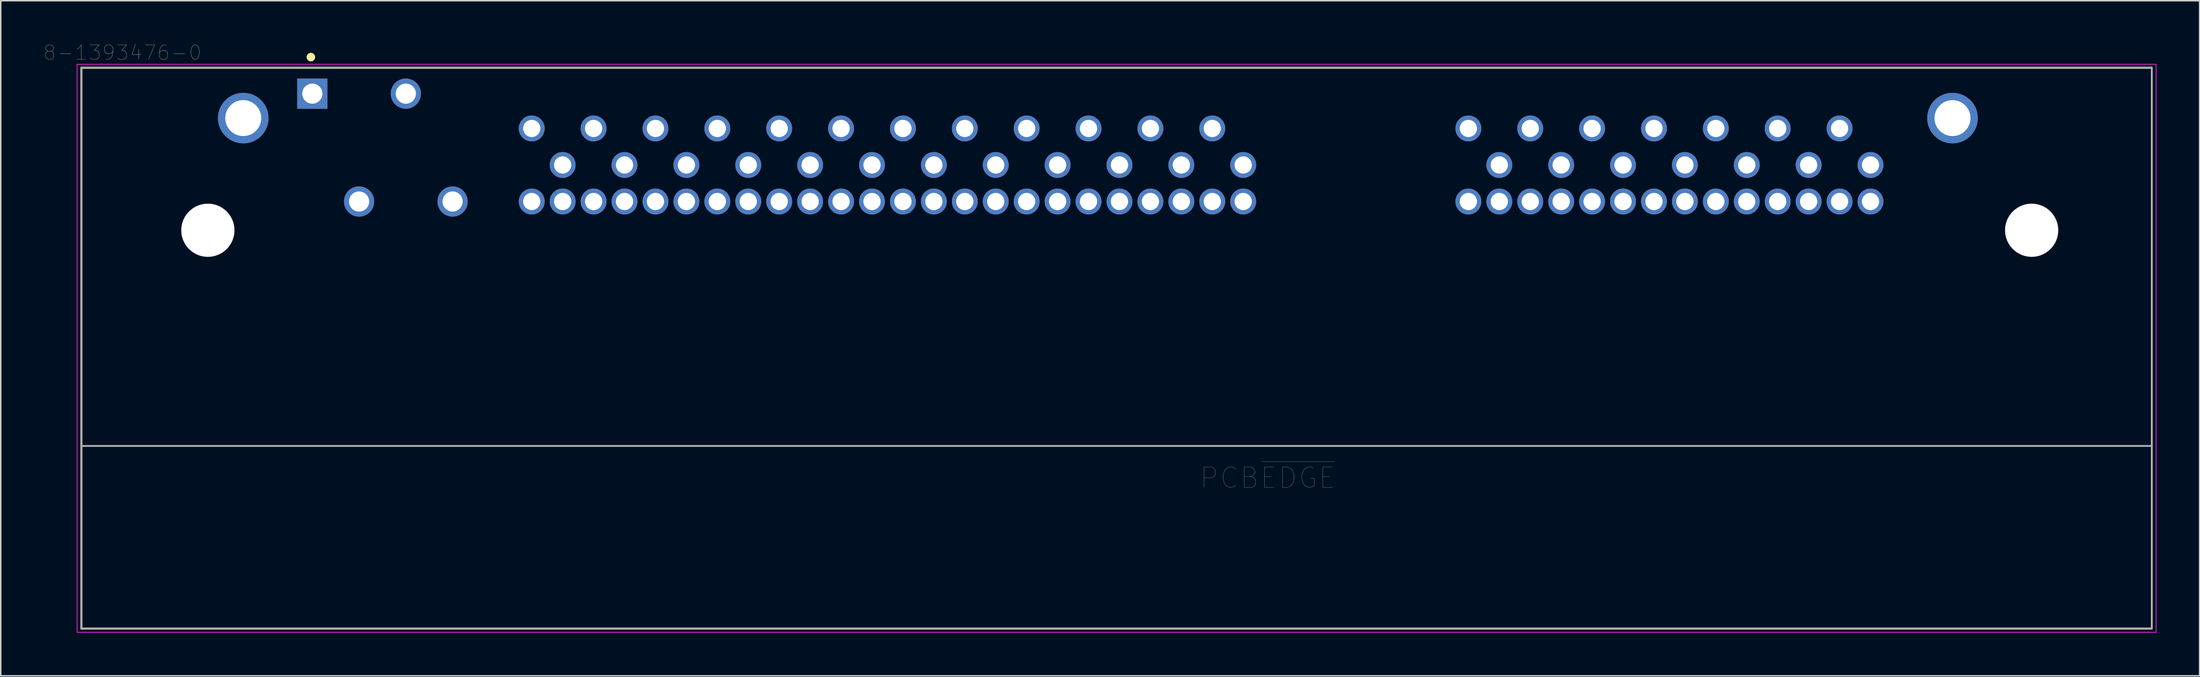
<source format=kicad_pcb>
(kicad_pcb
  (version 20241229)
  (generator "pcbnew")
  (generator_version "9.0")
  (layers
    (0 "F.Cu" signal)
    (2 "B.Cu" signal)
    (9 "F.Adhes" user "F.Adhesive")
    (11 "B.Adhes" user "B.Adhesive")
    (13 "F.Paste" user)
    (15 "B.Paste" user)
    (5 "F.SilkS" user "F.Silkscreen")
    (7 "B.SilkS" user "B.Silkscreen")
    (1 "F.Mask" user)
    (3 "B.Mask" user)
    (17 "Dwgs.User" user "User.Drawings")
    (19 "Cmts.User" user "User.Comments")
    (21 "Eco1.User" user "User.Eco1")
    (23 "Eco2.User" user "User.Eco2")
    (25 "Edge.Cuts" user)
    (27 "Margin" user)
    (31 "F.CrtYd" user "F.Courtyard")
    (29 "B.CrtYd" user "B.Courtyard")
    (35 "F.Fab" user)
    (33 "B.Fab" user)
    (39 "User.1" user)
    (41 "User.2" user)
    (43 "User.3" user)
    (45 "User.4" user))
  (footprint "8-1393476-0"
    (layer "F.Cu")
    (at 74.557 8.423)
    (property "Reference" "8-1393476-0" (at -69.1 -7.81 0) (layer "F.SilkS") (effects (font (size 1.002 1.002) (thickness 0.015))))
    (attr through_hole)
    (fp_line (start -71.95 -6.76) (end -71.95 32.24) (stroke (width 0.127) (type solid)) (layer "F.SilkS"))
    (fp_line (start -71.95 32.24) (end 71.95 32.24) (stroke (width 0.127) (type solid)) (layer "F.SilkS"))
    (fp_line (start 71.95 -6.76) (end -71.95 -6.76) (stroke (width 0.127) (type solid)) (layer "F.SilkS"))
    (fp_line (start 71.95 32.24) (end 71.95 -6.76) (stroke (width 0.127) (type solid)) (layer "F.SilkS"))
    (fp_circle (center -56 -7.5) (end -55.85 -7.5) (stroke (width 0.3) (type solid)) (fill no) (layer "F.SilkS"))
    (fp_line (start -72.25 -7) (end -72.25 32.5) (stroke (width 0.05) (type solid)) (layer "F.CrtYd"))
    (fp_line (start -72.25 32.5) (end 72.25 32.5) (stroke (width 0.05) (type solid)) (layer "F.CrtYd"))
    (fp_line (start 72.25 -7) (end -72.25 -7) (stroke (width 0.05) (type solid)) (layer "F.CrtYd"))
    (fp_line (start 72.25 32.5) (end 72.25 -7) (stroke (width 0.05) (type solid)) (layer "F.CrtYd"))
    (fp_line (start -71.95 -6.76) (end -71.95 19.54) (stroke (width 0.127) (type solid)) (layer "F.Fab"))
    (fp_line (start -71.95 19.54) (end -71.95 32.24) (stroke (width 0.127) (type solid)) (layer "F.Fab"))
    (fp_line (start -71.95 19.54) (end 71.95 19.54) (stroke (width 0.127) (type solid)) (layer "F.Fab"))
    (fp_line (start -71.95 32.24) (end 71.95 32.24) (stroke (width 0.127) (type solid)) (layer "F.Fab"))
    (fp_line (start 71.95 -6.76) (end -71.95 -6.76) (stroke (width 0.127) (type solid)) (layer "F.Fab"))
    (fp_line (start 71.95 19.54) (end 71.95 -6.76) (stroke (width 0.127) (type solid)) (layer "F.Fab"))
    (fp_line (start 71.95 32.24) (end 71.95 19.54) (stroke (width 0.127) (type solid)) (layer "F.Fab"))
    (fp_text user "PCB~{EDGE}" (at 10.506 21.763 0) (layer "F.Fab") (effects (font (size 1.401 1.401) (thickness 0.015))))
    (pad "" np_thru_hole circle (at -63.16 4.54) (size 3.7 3.7) (drill 3.7) (layers "*.Cu" "*.Mask"))
    (pad "" np_thru_hole circle (at 63.6 4.54) (size 3.7 3.7) (drill 3.7) (layers "*.Cu" "*.Mask"))
    (pad "1" thru_hole rect (at -55.9 -4.96) (size 2.1 2.1) (drill 1.4) (layers "*.Cu" "*.Mask"))
    (pad "2" thru_hole circle (at -49.4 -4.96) (size 2.1 2.1) (drill 1.4) (layers "*.Cu" "*.Mask"))
    (pad "3" thru_hole circle (at -40.65 2.54) (size 1.8 1.8) (drill 1.2) (layers "*.Cu" "*.Mask"))
    (pad "4" thru_hole circle (at -36.35 2.54) (size 1.8 1.8) (drill 1.2) (layers "*.Cu" "*.Mask"))
    (pad "5" thru_hole circle (at -32.05 2.54) (size 1.8 1.8) (drill 1.2) (layers "*.Cu" "*.Mask"))
    (pad "6" thru_hole circle (at -27.75 2.54) (size 1.8 1.8) (drill 1.2) (layers "*.Cu" "*.Mask"))
    (pad "7" thru_hole circle (at -23.45 2.54) (size 1.8 1.8) (drill 1.2) (layers "*.Cu" "*.Mask"))
    (pad "8" thru_hole circle (at -19.15 2.54) (size 1.8 1.8) (drill 1.2) (layers "*.Cu" "*.Mask"))
    (pad "9" thru_hole circle (at -14.85 2.54) (size 1.8 1.8) (drill 1.2) (layers "*.Cu" "*.Mask"))
    (pad "10" thru_hole circle (at -10.55 2.54) (size 1.8 1.8) (drill 1.2) (layers "*.Cu" "*.Mask"))
    (pad "11" thru_hole circle (at -6.25 2.54) (size 1.8 1.8) (drill 1.2) (layers "*.Cu" "*.Mask"))
    (pad "12" thru_hole circle (at -1.95 2.54) (size 1.8 1.8) (drill 1.2) (layers "*.Cu" "*.Mask"))
    (pad "13" thru_hole circle (at 2.35 2.54) (size 1.8 1.8) (drill 1.2) (layers "*.Cu" "*.Mask"))
    (pad "14" thru_hole circle (at 6.65 2.54) (size 1.8 1.8) (drill 1.2) (layers "*.Cu" "*.Mask"))
    (pad "15" thru_hole circle (at -38.5 2.54) (size 1.8 1.8) (drill 1.2) (layers "*.Cu" "*.Mask"))
    (pad "16" thru_hole circle (at -34.2 2.54) (size 1.8 1.8) (drill 1.2) (layers "*.Cu" "*.Mask"))
    (pad "17" thru_hole circle (at -29.9 2.54) (size 1.8 1.8) (drill 1.2) (layers "*.Cu" "*.Mask"))
    (pad "18" thru_hole circle (at -25.6 2.54) (size 1.8 1.8) (drill 1.2) (layers "*.Cu" "*.Mask"))
    (pad "19" thru_hole circle (at -21.3 2.54) (size 1.8 1.8) (drill 1.2) (layers "*.Cu" "*.Mask"))
    (pad "20" thru_hole circle (at -17 2.54) (size 1.8 1.8) (drill 1.2) (layers "*.Cu" "*.Mask"))
    (pad "21" thru_hole circle (at -12.7 2.54) (size 1.8 1.8) (drill 1.2) (layers "*.Cu" "*.Mask"))
    (pad "22" thru_hole circle (at -8.4 2.54) (size 1.8 1.8) (drill 1.2) (layers "*.Cu" "*.Mask"))
    (pad "23" thru_hole circle (at -4.1 2.54) (size 1.8 1.8) (drill 1.2) (layers "*.Cu" "*.Mask"))
    (pad "24" thru_hole circle (at 0.2 2.54) (size 1.8 1.8) (drill 1.2) (layers "*.Cu" "*.Mask"))
    (pad "25" thru_hole circle (at 4.5 2.54) (size 1.8 1.8) (drill 1.2) (layers "*.Cu" "*.Mask"))
    (pad "26" thru_hole circle (at 8.8 2.54) (size 1.8 1.8) (drill 1.2) (layers "*.Cu" "*.Mask"))
    (pad "27" thru_hole circle (at -52.65 2.54) (size 2.1 2.1) (drill 1.4) (layers "*.Cu" "*.Mask"))
    (pad "28" thru_hole circle (at -46.15 2.54) (size 2.1 2.1) (drill 1.4) (layers "*.Cu" "*.Mask"))
    (pad "29" thru_hole circle (at -40.65 -2.54) (size 1.8 1.8) (drill 1.2) (layers "*.Cu" "*.Mask"))
    (pad "30" thru_hole circle (at -36.35 -2.54) (size 1.8 1.8) (drill 1.2) (layers "*.Cu" "*.Mask"))
    (pad "31" thru_hole circle (at -32.05 -2.54) (size 1.8 1.8) (drill 1.2) (layers "*.Cu" "*.Mask"))
    (pad "32" thru_hole circle (at -27.75 -2.54) (size 1.8 1.8) (drill 1.2) (layers "*.Cu" "*.Mask"))
    (pad "33" thru_hole circle (at -23.45 -2.54) (size 1.8 1.8) (drill 1.2) (layers "*.Cu" "*.Mask"))
    (pad "34" thru_hole circle (at -19.15 -2.54) (size 1.8 1.8) (drill 1.2) (layers "*.Cu" "*.Mask"))
    (pad "35" thru_hole circle (at -14.85 -2.54) (size 1.8 1.8) (drill 1.2) (layers "*.Cu" "*.Mask"))
    (pad "36" thru_hole circle (at -10.55 -2.54) (size 1.8 1.8) (drill 1.2) (layers "*.Cu" "*.Mask"))
    (pad "37" thru_hole circle (at -6.25 -2.54) (size 1.8 1.8) (drill 1.2) (layers "*.Cu" "*.Mask"))
    (pad "38" thru_hole circle (at -1.95 -2.54) (size 1.8 1.8) (drill 1.2) (layers "*.Cu" "*.Mask"))
    (pad "39" thru_hole circle (at 2.35 -2.54) (size 1.8 1.8) (drill 1.2) (layers "*.Cu" "*.Mask"))
    (pad "40" thru_hole circle (at 6.65 -2.54) (size 1.8 1.8) (drill 1.2) (layers "*.Cu" "*.Mask"))
    (pad "41" thru_hole circle (at -38.5 0) (size 1.8 1.8) (drill 1.2) (layers "*.Cu" "*.Mask"))
    (pad "42" thru_hole circle (at -34.2 0) (size 1.8 1.8) (drill 1.2) (layers "*.Cu" "*.Mask"))
    (pad "43" thru_hole circle (at -29.9 0) (size 1.8 1.8) (drill 1.2) (layers "*.Cu" "*.Mask"))
    (pad "44" thru_hole circle (at -25.6 0) (size 1.8 1.8) (drill 1.2) (layers "*.Cu" "*.Mask"))
    (pad "45" thru_hole circle (at -21.3 0) (size 1.8 1.8) (drill 1.2) (layers "*.Cu" "*.Mask"))
    (pad "46" thru_hole circle (at -17 0) (size 1.8 1.8) (drill 1.2) (layers "*.Cu" "*.Mask"))
    (pad "47" thru_hole circle (at -12.7 0) (size 1.8 1.8) (drill 1.2) (layers "*.Cu" "*.Mask"))
    (pad "48" thru_hole circle (at -8.4 0) (size 1.8 1.8) (drill 1.2) (layers "*.Cu" "*.Mask"))
    (pad "49" thru_hole circle (at -4.1 0) (size 1.8 1.8) (drill 1.2) (layers "*.Cu" "*.Mask"))
    (pad "50" thru_hole circle (at 0.2 0) (size 1.8 1.8) (drill 1.2) (layers "*.Cu" "*.Mask"))
    (pad "51" thru_hole circle (at 4.5 0) (size 1.8 1.8) (drill 1.2) (layers "*.Cu" "*.Mask"))
    (pad "52" thru_hole circle (at 8.8 0) (size 1.8 1.8) (drill 1.2) (layers "*.Cu" "*.Mask"))
    (pad "53" thru_hole circle (at 24.45 2.54) (size 1.8 1.8) (drill 1.2) (layers "*.Cu" "*.Mask"))
    (pad "54" thru_hole circle (at 28.75 2.54) (size 1.8 1.8) (drill 1.2) (layers "*.Cu" "*.Mask"))
    (pad "55" thru_hole circle (at 33.05 2.54) (size 1.8 1.8) (drill 1.2) (layers "*.Cu" "*.Mask"))
    (pad "56" thru_hole circle (at 37.35 2.54) (size 1.8 1.8) (drill 1.2) (layers "*.Cu" "*.Mask"))
    (pad "57" thru_hole circle (at 41.65 2.54) (size 1.8 1.8) (drill 1.2) (layers "*.Cu" "*.Mask"))
    (pad "58" thru_hole circle (at 45.95 2.54) (size 1.8 1.8) (drill 1.2) (layers "*.Cu" "*.Mask"))
    (pad "59" thru_hole circle (at 50.25 2.54) (size 1.8 1.8) (drill 1.2) (layers "*.Cu" "*.Mask"))
    (pad "60" thru_hole circle (at 26.6 2.54) (size 1.8 1.8) (drill 1.2) (layers "*.Cu" "*.Mask"))
    (pad "61" thru_hole circle (at 30.9 2.54) (size 1.8 1.8) (drill 1.2) (layers "*.Cu" "*.Mask"))
    (pad "62" thru_hole circle (at 35.2 2.54) (size 1.8 1.8) (drill 1.2) (layers "*.Cu" "*.Mask"))
    (pad "63" thru_hole circle (at 39.5 2.54) (size 1.8 1.8) (drill 1.2) (layers "*.Cu" "*.Mask"))
    (pad "64" thru_hole circle (at 43.8 2.54) (size 1.8 1.8) (drill 1.2) (layers "*.Cu" "*.Mask"))
    (pad "65" thru_hole circle (at 48.1 2.54) (size 1.8 1.8) (drill 1.2) (layers "*.Cu" "*.Mask"))
    (pad "66" thru_hole circle (at 52.4 2.54) (size 1.8 1.8) (drill 1.2) (layers "*.Cu" "*.Mask"))
    (pad "67" thru_hole circle (at 24.45 -2.54) (size 1.8 1.8) (drill 1.2) (layers "*.Cu" "*.Mask"))
    (pad "68" thru_hole circle (at 28.75 -2.54) (size 1.8 1.8) (drill 1.2) (layers "*.Cu" "*.Mask"))
    (pad "69" thru_hole circle (at 33.05 -2.54) (size 1.8 1.8) (drill 1.2) (layers "*.Cu" "*.Mask"))
    (pad "70" thru_hole circle (at 37.35 -2.54) (size 1.8 1.8) (drill 1.2) (layers "*.Cu" "*.Mask"))
    (pad "71" thru_hole circle (at 41.65 -2.54) (size 1.8 1.8) (drill 1.2) (layers "*.Cu" "*.Mask"))
    (pad "72" thru_hole circle (at 45.95 -2.54) (size 1.8 1.8) (drill 1.2) (layers "*.Cu" "*.Mask"))
    (pad "73" thru_hole circle (at 50.25 -2.54) (size 1.8 1.8) (drill 1.2) (layers "*.Cu" "*.Mask"))
    (pad "74" thru_hole circle (at 26.6 0) (size 1.8 1.8) (drill 1.2) (layers "*.Cu" "*.Mask"))
    (pad "75" thru_hole circle (at 30.9 0) (size 1.8 1.8) (drill 1.2) (layers "*.Cu" "*.Mask"))
    (pad "76" thru_hole circle (at 35.2 0) (size 1.8 1.8) (drill 1.2) (layers "*.Cu" "*.Mask"))
    (pad "77" thru_hole circle (at 39.5 0) (size 1.8 1.8) (drill 1.2) (layers "*.Cu" "*.Mask"))
    (pad "78" thru_hole circle (at 43.8 0) (size 1.8 1.8) (drill 1.2) (layers "*.Cu" "*.Mask"))
    (pad "79" thru_hole circle (at 48.1 0) (size 1.8 1.8) (drill 1.2) (layers "*.Cu" "*.Mask"))
    (pad "80" thru_hole circle (at 52.4 0) (size 1.8 1.8) (drill 1.2) (layers "*.Cu" "*.Mask"))
    (pad "81" thru_hole circle (at -60.7 -3.26) (size 3.516 3.516) (drill 2.5) (layers "*.Cu" "*.Mask"))
    (pad "82" thru_hole circle (at 58.1 -3.26) (size 3.516 3.516) (drill 2.5) (layers "*.Cu" "*.Mask")))
  (gr_rect
    (start -3 -3)
    (end 149.832 43.948)
    (stroke (width 0.1) (type default))
    (fill no)
    (layer "Edge.Cuts")))
</source>
